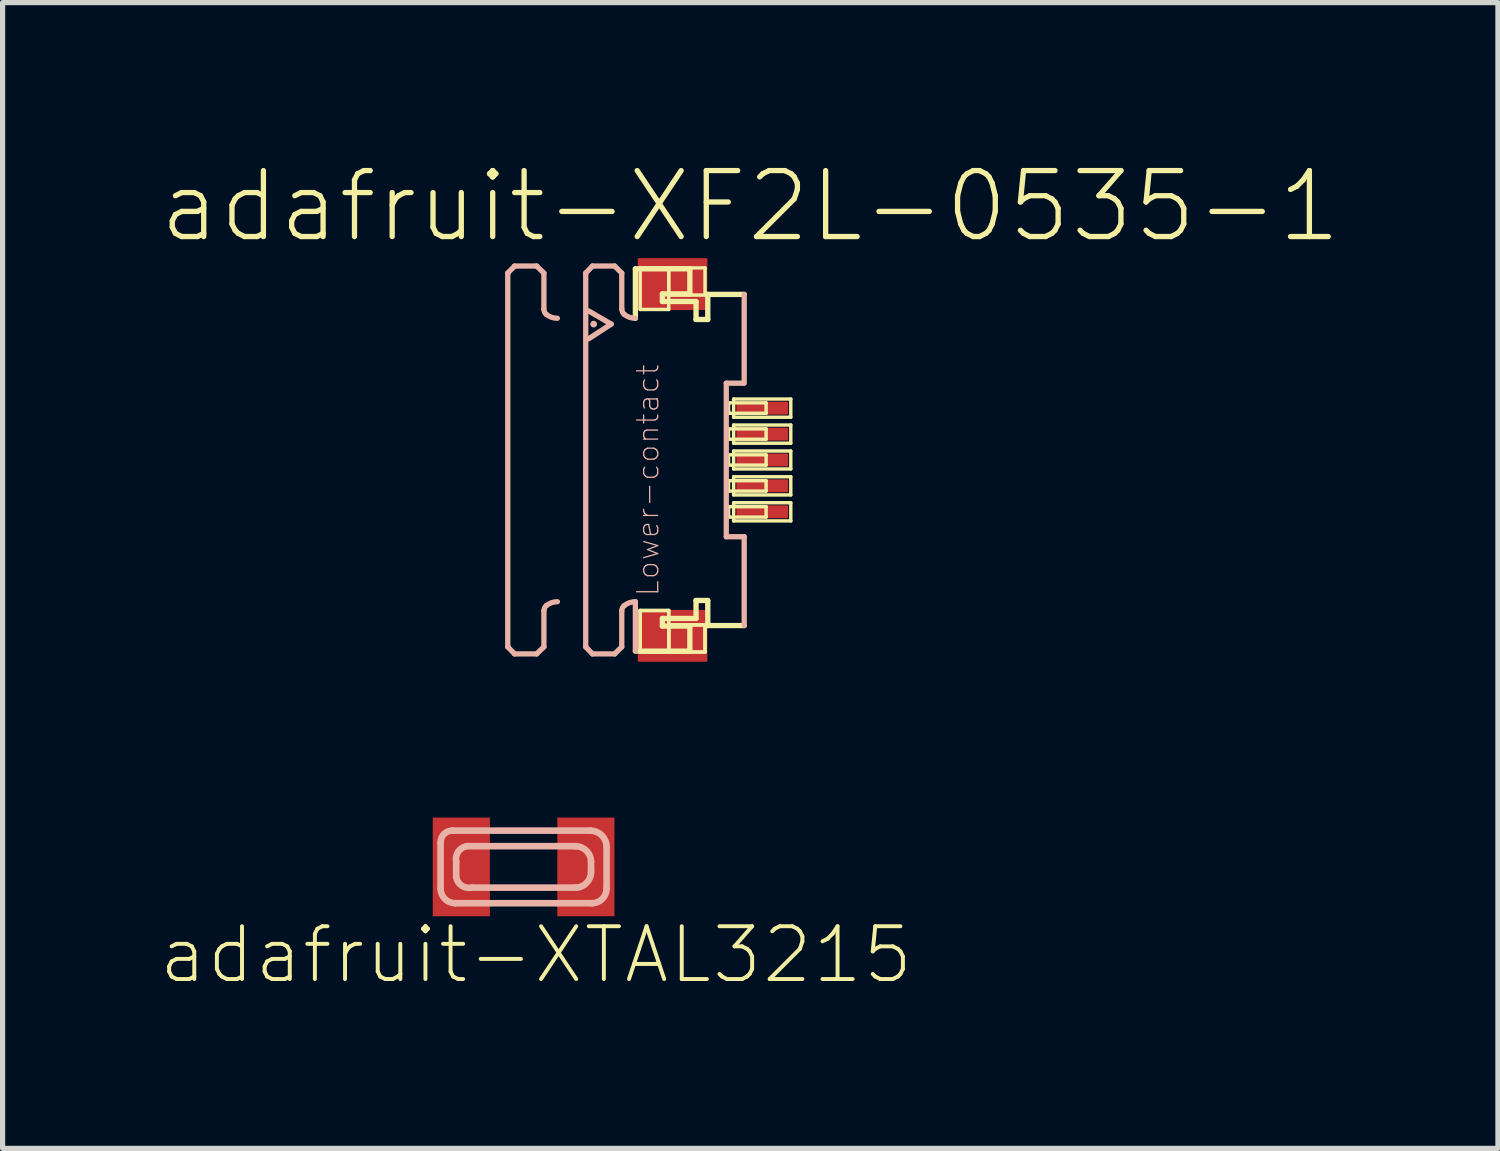
<source format=kicad_pcb>
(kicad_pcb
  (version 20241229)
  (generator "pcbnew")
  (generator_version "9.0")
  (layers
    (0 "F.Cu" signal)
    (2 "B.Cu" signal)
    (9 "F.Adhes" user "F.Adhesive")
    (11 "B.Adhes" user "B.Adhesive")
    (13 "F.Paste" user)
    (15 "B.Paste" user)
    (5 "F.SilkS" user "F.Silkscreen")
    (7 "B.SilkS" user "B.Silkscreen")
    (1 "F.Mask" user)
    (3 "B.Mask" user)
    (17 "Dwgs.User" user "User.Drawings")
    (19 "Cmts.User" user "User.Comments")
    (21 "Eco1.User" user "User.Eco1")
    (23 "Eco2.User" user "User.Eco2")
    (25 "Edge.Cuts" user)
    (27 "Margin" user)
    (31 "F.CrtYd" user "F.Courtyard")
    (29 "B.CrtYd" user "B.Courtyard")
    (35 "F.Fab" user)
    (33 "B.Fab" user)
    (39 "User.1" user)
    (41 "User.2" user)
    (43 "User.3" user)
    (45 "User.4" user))
  (footprint "adafruit-XF2L-0535-1"
    (layer "F.Cu")
    (at 9.721 5.806)
    (property "Reference" "adafruit-XF2L-0535-1" (at 1.674 -4.884 0) (layer "F.SilkS") (effects (font (size 1.27 1.27) (thickness 0.102))))
    (attr smd)
    (fp_line (start -0.538 -3.68) (end 0.511 -3.68) (stroke (width 0.102) (type solid)) (layer "F.SilkS"))
    (fp_line (start -0.538 -2.728) (end -0.538 -3.68) (stroke (width 0.102) (type solid)) (layer "F.SilkS"))
    (fp_line (start -0.538 3.68) (end 0.511 3.68) (stroke (width 0.102) (type solid)) (layer "F.SilkS"))
    (fp_line (start -0.445 -3.698) (end 0.104 -3.698) (stroke (width 0.066) (type solid)) (layer "F.SilkS"))
    (fp_line (start -0.445 -2.898) (end -0.445 -3.698) (stroke (width 0.066) (type solid)) (layer "F.SilkS"))
    (fp_line (start -0.445 -2.898) (end 0.104 -2.898) (stroke (width 0.066) (type solid)) (layer "F.SilkS"))
    (fp_line (start -0.445 2.898) (end 0.104 2.898) (stroke (width 0.066) (type solid)) (layer "F.SilkS"))
    (fp_line (start -0.445 2.898) (end 0.104 2.898) (stroke (width 0.066) (type solid)) (layer "F.SilkS"))
    (fp_line (start -0.445 3.698) (end -0.445 2.898) (stroke (width 0.066) (type solid)) (layer "F.SilkS"))
    (fp_line (start -0.445 3.698) (end -0.445 2.898) (stroke (width 0.066) (type solid)) (layer "F.SilkS"))
    (fp_line (start -0.445 3.698) (end 0.104 3.698) (stroke (width 0.066) (type solid)) (layer "F.SilkS"))
    (fp_line (start -0.445 3.698) (end 0.104 3.698) (stroke (width 0.066) (type solid)) (layer "F.SilkS"))
    (fp_line (start -0.018 -3.198) (end -0.018 -3.051) (stroke (width 0.102) (type solid)) (layer "F.SilkS"))
    (fp_line (start -0.018 -3.051) (end 0.63 -3.051) (stroke (width 0.102) (type solid)) (layer "F.SilkS"))
    (fp_line (start -0.018 3.051) (end 0.63 3.051) (stroke (width 0.102) (type solid)) (layer "F.SilkS"))
    (fp_line (start -0.018 3.198) (end -0.018 3.051) (stroke (width 0.102) (type solid)) (layer "F.SilkS"))
    (fp_line (start 0.104 -3.698) (end 0.803 -3.698) (stroke (width 0.066) (type solid)) (layer "F.SilkS"))
    (fp_line (start 0.104 -3.175) (end 0.104 -3.698) (stroke (width 0.066) (type solid)) (layer "F.SilkS"))
    (fp_line (start 0.104 -3.175) (end 0.803 -3.175) (stroke (width 0.066) (type solid)) (layer "F.SilkS"))
    (fp_line (start 0.104 -2.898) (end 0.104 -3.698) (stroke (width 0.066) (type solid)) (layer "F.SilkS"))
    (fp_line (start 0.104 3.175) (end 0.803 3.175) (stroke (width 0.066) (type solid)) (layer "F.SilkS"))
    (fp_line (start 0.104 3.175) (end 0.803 3.175) (stroke (width 0.066) (type solid)) (layer "F.SilkS"))
    (fp_line (start 0.104 3.698) (end 0.104 2.898) (stroke (width 0.066) (type solid)) (layer "F.SilkS"))
    (fp_line (start 0.104 3.698) (end 0.104 2.898) (stroke (width 0.066) (type solid)) (layer "F.SilkS"))
    (fp_line (start 0.104 3.698) (end 0.104 3.175) (stroke (width 0.066) (type solid)) (layer "F.SilkS"))
    (fp_line (start 0.104 3.698) (end 0.104 3.175) (stroke (width 0.066) (type solid)) (layer "F.SilkS"))
    (fp_line (start 0.104 3.698) (end 0.803 3.698) (stroke (width 0.066) (type solid)) (layer "F.SilkS"))
    (fp_line (start 0.104 3.698) (end 0.803 3.698) (stroke (width 0.066) (type solid)) (layer "F.SilkS"))
    (fp_line (start 0.511 -3.68) (end 0.511 -3.198) (stroke (width 0.102) (type solid)) (layer "F.SilkS"))
    (fp_line (start 0.511 -3.198) (end -0.018 -3.198) (stroke (width 0.102) (type solid)) (layer "F.SilkS"))
    (fp_line (start 0.511 3.198) (end -0.018 3.198) (stroke (width 0.102) (type solid)) (layer "F.SilkS"))
    (fp_line (start 0.511 3.68) (end 0.511 3.198) (stroke (width 0.102) (type solid)) (layer "F.SilkS"))
    (fp_line (start 0.63 -3.051) (end 0.63 -2.705) (stroke (width 0.102) (type solid)) (layer "F.SilkS"))
    (fp_line (start 0.63 -2.705) (end 0.856 -2.705) (stroke (width 0.102) (type solid)) (layer "F.SilkS"))
    (fp_line (start 0.63 2.705) (end 0.856 2.705) (stroke (width 0.102) (type solid)) (layer "F.SilkS"))
    (fp_line (start 0.63 3.051) (end 0.63 2.705) (stroke (width 0.102) (type solid)) (layer "F.SilkS"))
    (fp_line (start 0.803 -3.175) (end 0.803 -3.698) (stroke (width 0.066) (type solid)) (layer "F.SilkS"))
    (fp_line (start 0.803 3.698) (end 0.803 3.175) (stroke (width 0.066) (type solid)) (layer "F.SilkS"))
    (fp_line (start 0.803 3.698) (end 0.803 3.175) (stroke (width 0.066) (type solid)) (layer "F.SilkS"))
    (fp_line (start 0.856 -3.188) (end 1.557 -3.188) (stroke (width 0.102) (type solid)) (layer "F.SilkS"))
    (fp_line (start 0.856 -2.705) (end 0.856 -3.188) (stroke (width 0.102) (type solid)) (layer "F.SilkS"))
    (fp_line (start 0.856 2.705) (end 0.856 3.188) (stroke (width 0.102) (type solid)) (layer "F.SilkS"))
    (fp_line (start 0.856 3.188) (end 1.557 3.188) (stroke (width 0.102) (type solid)) (layer "F.SilkS"))
    (fp_line (start 1.255 -1.1) (end 1.979 -1.1) (stroke (width 0.066) (type solid)) (layer "F.SilkS"))
    (fp_line (start 1.255 -0.899) (end 1.255 -1.1) (stroke (width 0.066) (type solid)) (layer "F.SilkS"))
    (fp_line (start 1.255 -0.899) (end 1.979 -0.899) (stroke (width 0.066) (type solid)) (layer "F.SilkS"))
    (fp_line (start 1.255 -0.599) (end 1.979 -0.599) (stroke (width 0.066) (type solid)) (layer "F.SilkS"))
    (fp_line (start 1.255 -0.399) (end 1.255 -0.599) (stroke (width 0.066) (type solid)) (layer "F.SilkS"))
    (fp_line (start 1.255 -0.399) (end 1.979 -0.399) (stroke (width 0.066) (type solid)) (layer "F.SilkS"))
    (fp_line (start 1.255 -0.099) (end 1.979 -0.099) (stroke (width 0.066) (type solid)) (layer "F.SilkS"))
    (fp_line (start 1.255 0.099) (end 1.255 -0.099) (stroke (width 0.066) (type solid)) (layer "F.SilkS"))
    (fp_line (start 1.255 0.099) (end 1.979 0.099) (stroke (width 0.066) (type solid)) (layer "F.SilkS"))
    (fp_line (start 1.255 0.399) (end 1.979 0.399) (stroke (width 0.066) (type solid)) (layer "F.SilkS"))
    (fp_line (start 1.255 0.599) (end 1.255 0.399) (stroke (width 0.066) (type solid)) (layer "F.SilkS"))
    (fp_line (start 1.255 0.599) (end 1.979 0.599) (stroke (width 0.066) (type solid)) (layer "F.SilkS"))
    (fp_line (start 1.255 0.899) (end 1.979 0.899) (stroke (width 0.066) (type solid)) (layer "F.SilkS"))
    (fp_line (start 1.255 1.1) (end 1.255 0.899) (stroke (width 0.066) (type solid)) (layer "F.SilkS"))
    (fp_line (start 1.255 1.1) (end 1.979 1.1) (stroke (width 0.066) (type solid)) (layer "F.SilkS"))
    (fp_line (start 1.354 -1.173) (end 2.454 -1.173) (stroke (width 0.066) (type solid)) (layer "F.SilkS"))
    (fp_line (start 1.354 -0.823) (end 1.354 -1.173) (stroke (width 0.066) (type solid)) (layer "F.SilkS"))
    (fp_line (start 1.354 -0.823) (end 2.454 -0.823) (stroke (width 0.066) (type solid)) (layer "F.SilkS"))
    (fp_line (start 1.354 -0.673) (end 2.454 -0.673) (stroke (width 0.066) (type solid)) (layer "F.SilkS"))
    (fp_line (start 1.354 -0.323) (end 1.354 -0.673) (stroke (width 0.066) (type solid)) (layer "F.SilkS"))
    (fp_line (start 1.354 -0.323) (end 2.454 -0.323) (stroke (width 0.066) (type solid)) (layer "F.SilkS"))
    (fp_line (start 1.354 -0.173) (end 2.454 -0.173) (stroke (width 0.066) (type solid)) (layer "F.SilkS"))
    (fp_line (start 1.354 0.173) (end 1.354 -0.173) (stroke (width 0.066) (type solid)) (layer "F.SilkS"))
    (fp_line (start 1.354 0.173) (end 2.454 0.173) (stroke (width 0.066) (type solid)) (layer "F.SilkS"))
    (fp_line (start 1.354 0.323) (end 2.454 0.323) (stroke (width 0.066) (type solid)) (layer "F.SilkS"))
    (fp_line (start 1.354 0.673) (end 1.354 0.323) (stroke (width 0.066) (type solid)) (layer "F.SilkS"))
    (fp_line (start 1.354 0.673) (end 2.454 0.673) (stroke (width 0.066) (type solid)) (layer "F.SilkS"))
    (fp_line (start 1.354 0.823) (end 2.454 0.823) (stroke (width 0.066) (type solid)) (layer "F.SilkS"))
    (fp_line (start 1.354 1.173) (end 1.354 0.823) (stroke (width 0.066) (type solid)) (layer "F.SilkS"))
    (fp_line (start 1.354 1.173) (end 2.454 1.173) (stroke (width 0.066) (type solid)) (layer "F.SilkS"))
    (fp_line (start 1.979 -0.899) (end 1.979 -1.1) (stroke (width 0.066) (type solid)) (layer "F.SilkS"))
    (fp_line (start 1.979 -0.399) (end 1.979 -0.599) (stroke (width 0.066) (type solid)) (layer "F.SilkS"))
    (fp_line (start 1.979 0.099) (end 1.979 -0.099) (stroke (width 0.066) (type solid)) (layer "F.SilkS"))
    (fp_line (start 1.979 0.599) (end 1.979 0.399) (stroke (width 0.066) (type solid)) (layer "F.SilkS"))
    (fp_line (start 1.979 1.1) (end 1.979 0.899) (stroke (width 0.066) (type solid)) (layer "F.SilkS"))
    (fp_line (start 2.454 -0.823) (end 2.454 -1.173) (stroke (width 0.066) (type solid)) (layer "F.SilkS"))
    (fp_line (start 2.454 -0.323) (end 2.454 -0.673) (stroke (width 0.066) (type solid)) (layer "F.SilkS"))
    (fp_line (start 2.454 0.173) (end 2.454 -0.173) (stroke (width 0.066) (type solid)) (layer "F.SilkS"))
    (fp_line (start 2.454 0.673) (end 2.454 0.323) (stroke (width 0.066) (type solid)) (layer "F.SilkS"))
    (fp_line (start 2.454 1.173) (end 2.454 0.823) (stroke (width 0.066) (type solid)) (layer "F.SilkS"))
    (fp_line (start -2.995 -3.599) (end -2.863 -3.734) (stroke (width 0.102) (type solid)) (layer "B.SilkS"))
    (fp_line (start -2.995 3.599) (end -2.995 -3.599) (stroke (width 0.102) (type solid)) (layer "B.SilkS"))
    (fp_line (start -2.995 3.599) (end -2.863 3.734) (stroke (width 0.102) (type solid)) (layer "B.SilkS"))
    (fp_line (start -2.863 -3.734) (end -2.438 -3.734) (stroke (width 0.102) (type solid)) (layer "B.SilkS"))
    (fp_line (start -2.863 3.734) (end -2.438 3.734) (stroke (width 0.102) (type solid)) (layer "B.SilkS"))
    (fp_line (start -2.438 -3.734) (end -2.299 -3.597) (stroke (width 0.102) (type solid)) (layer "B.SilkS"))
    (fp_line (start -2.438 3.734) (end -2.299 3.597) (stroke (width 0.102) (type solid)) (layer "B.SilkS"))
    (fp_line (start -2.299 -3.597) (end -2.299 -2.903) (stroke (width 0.102) (type solid)) (layer "B.SilkS"))
    (fp_line (start -2.299 3.597) (end -2.299 2.903) (stroke (width 0.102) (type solid)) (layer "B.SilkS"))
    (fp_line (start -1.494 -3.599) (end -1.364 -3.734) (stroke (width 0.102) (type solid)) (layer "B.SilkS"))
    (fp_line (start -1.494 3.599) (end -1.494 -3.599) (stroke (width 0.102) (type solid)) (layer "B.SilkS"))
    (fp_line (start -1.494 3.599) (end -1.364 3.734) (stroke (width 0.102) (type solid)) (layer "B.SilkS"))
    (fp_line (start -1.44 -2.87) (end -1.003 -2.616) (stroke (width 0.102) (type solid)) (layer "B.SilkS"))
    (fp_line (start -1.364 -3.734) (end -0.937 -3.734) (stroke (width 0.102) (type solid)) (layer "B.SilkS"))
    (fp_line (start -1.364 3.734) (end -0.937 3.734) (stroke (width 0.102) (type solid)) (layer "B.SilkS"))
    (fp_line (start -1.003 -2.616) (end -1.44 -2.332) (stroke (width 0.102) (type solid)) (layer "B.SilkS"))
    (fp_line (start -0.937 -3.734) (end -0.8 -3.597) (stroke (width 0.102) (type solid)) (layer "B.SilkS"))
    (fp_line (start -0.937 3.734) (end -0.8 3.597) (stroke (width 0.102) (type solid)) (layer "B.SilkS"))
    (fp_line (start -0.8 -3.597) (end -0.8 -2.903) (stroke (width 0.102) (type solid)) (layer "B.SilkS"))
    (fp_line (start -0.8 3.597) (end -0.8 2.903) (stroke (width 0.102) (type solid)) (layer "B.SilkS"))
    (fp_line (start -0.538 2.728) (end -0.538 3.68) (stroke (width 0.102) (type solid)) (layer "B.SilkS"))
    (fp_line (start 1.212 1.478) (end 1.212 -1.478) (stroke (width 0.102) (type solid)) (layer "B.SilkS"))
    (fp_line (start 1.537 -1.478) (end 1.212 -1.478) (stroke (width 0.102) (type solid)) (layer "B.SilkS"))
    (fp_line (start 1.557 -3.188) (end 1.557 -1.478) (stroke (width 0.102) (type solid)) (layer "B.SilkS"))
    (fp_line (start 1.557 1.478) (end 1.212 1.478) (stroke (width 0.102) (type solid)) (layer "B.SilkS"))
    (fp_line (start 1.557 3.188) (end 1.557 1.478) (stroke (width 0.102) (type solid)) (layer "B.SilkS"))
    (fp_arc (start -2.2987 2.90322) (mid -2.286376 2.848645) (end -2.251796 2.804662) (stroke (width 0.1016) (type solid)) (layer "B.SilkS"))
    (fp_arc (start -2.25298 -2.80416) (mid -2.287661 -2.8487) (end -2.299836 -2.903822) (stroke (width 0.1016) (type solid)) (layer "B.SilkS"))
    (fp_arc (start -2.25298 2.80416) (mid -2.152564 2.748091) (end -2.039191 2.728757) (stroke (width 0.1016) (type solid)) (layer "B.SilkS"))
    (fp_arc (start -2.03962 -2.72796) (mid -2.153234 -2.747483) (end -2.253815 -2.803811) (stroke (width 0.1016) (type solid)) (layer "B.SilkS"))
    (fp_arc (start -0.8001 2.90322) (mid -0.78753 2.847554) (end -0.752258 2.802691) (stroke (width 0.1016) (type solid)) (layer "B.SilkS"))
    (fp_arc (start -0.75184 -2.80416) (mid -0.786521 -2.8487) (end -0.798696 -2.903822) (stroke (width 0.1016) (type solid)) (layer "B.SilkS"))
    (fp_arc (start -0.75184 2.80416) (mid -0.651424 2.748091) (end -0.538051 2.728757) (stroke (width 0.1016) (type solid)) (layer "B.SilkS"))
    (fp_arc (start -0.53848 -2.72796) (mid -0.652094 -2.747483) (end -0.752675 -2.803811) (stroke (width 0.1016) (type solid)) (layer "B.SilkS"))
    (fp_circle (center -1.341 -2.616) (end -1.387 -2.662) (stroke (width 0) (type solid)) (fill yes) (layer "B.SilkS"))
    (fp_text user "Lower-contact" (at -0.295 0.391 270) (layer "B.SilkS") (effects (font (size 0.406 0.406) (thickness 0.025))))
    (pad "1" smd rect (at 1.905 -0.998) (size 0.998 0.249) (layers "F.Cu" "F.Mask" "F.Paste"))
    (pad "2" smd rect (at 1.905 -0.498) (size 0.998 0.249) (layers "F.Cu" "F.Mask" "F.Paste"))
    (pad "3" smd rect (at 1.905 0) (size 0.998 0.249) (layers "F.Cu" "F.Mask" "F.Paste"))
    (pad "4" smd rect (at 1.905 0.498) (size 0.998 0.249) (layers "F.Cu" "F.Mask" "F.Paste"))
    (pad "5" smd rect (at 1.905 0.998) (size 0.998 0.249) (layers "F.Cu" "F.Mask" "F.Paste"))
    (pad "M1" smd rect (at 0.178 -3.386) (size 1.339 0.998) (layers "F.Cu" "F.Mask" "F.Paste"))
    (pad "M2" smd rect (at 0.178 3.386) (size 1.339 0.998) (layers "F.Cu" "F.Mask" "F.Paste")))
  (footprint "adafruit-XTAL3215"
    (layer "F.Cu")
    (at 7.031 13.641)
    (property "Reference" "adafruit-XTAL3215" (at 0.239 1.692 0) (layer "F.SilkS") (effects (font (size 1.016 1.016) (thickness 0.076))))
    (attr smd)
    (fp_line (start -1.598 0.417) (end -1.598 -0.475) (stroke (width 0.127) (type solid)) (layer "B.SilkS"))
    (fp_line (start -1.374 -0.699) (end 1.283 -0.699) (stroke (width 0.127) (type solid)) (layer "B.SilkS"))
    (fp_line (start -1.298 0.198) (end -1.298 -0.099) (stroke (width 0.127) (type solid)) (layer "B.SilkS"))
    (fp_line (start -1.1 -0.399) (end 0.998 -0.399) (stroke (width 0.127) (type solid)) (layer "B.SilkS"))
    (fp_line (start 0.998 0.399) (end -0.998 0.399) (stroke (width 0.127) (type solid)) (layer "B.SilkS"))
    (fp_line (start 1.298 -0.099) (end 1.298 0.099) (stroke (width 0.127) (type solid)) (layer "B.SilkS"))
    (fp_line (start 1.316 0.699) (end -1.316 0.699) (stroke (width 0.127) (type solid)) (layer "B.SilkS"))
    (fp_line (start 1.598 -0.384) (end 1.598 0.417) (stroke (width 0.127) (type solid)) (layer "B.SilkS"))
    (fp_arc (start -1.59766 -0.47498) (mid -1.532193 -0.633033) (end -1.37414 -0.6985) (stroke (width 0.127) (type solid)) (layer "B.SilkS"))
    (fp_arc (start -1.31572 0.6985) (mid -1.515082 0.615922) (end -1.59766 0.41656) (stroke (width 0.127) (type solid)) (layer "B.SilkS"))
    (fp_arc (start -1.29794 -0.09906) (mid -1.260954 -0.289952) (end -1.09982 -0.39878) (stroke (width 0.127) (type solid)) (layer "B.SilkS"))
    (fp_arc (start -0.99822 0.39878) (mid -1.189112 0.361794) (end -1.29794 0.20066) (stroke (width 0.127) (type solid)) (layer "B.SilkS"))
    (fp_arc (start 0.99822 -0.39878) (mid 1.209969 -0.311179) (end 1.29794 -0.099583) (stroke (width 0.127) (type solid)) (layer "B.SilkS"))
    (fp_arc (start 1.2827 -0.6985) (mid 1.50541 -0.60625) (end 1.59766 -0.38354) (stroke (width 0.127) (type solid)) (layer "B.SilkS"))
    (fp_arc (start 1.29794 0.09906) (mid 1.210154 0.310994) (end 0.99822 0.39878) (stroke (width 0.127) (type solid)) (layer "B.SilkS"))
    (fp_arc (start 1.59766 0.41656) (mid 1.515082 0.615922) (end 1.31572 0.6985) (stroke (width 0.127) (type solid)) (layer "B.SilkS"))
    (pad "P$1" smd rect (at 1.199 0) (size 1.1 1.9) (layers "F.Cu" "F.Mask" "F.Paste"))
    (pad "P$2" smd rect (at -1.199 0 180) (size 1.1 1.9) (layers "F.Cu" "F.Mask" "F.Paste")))
  (gr_rect
    (start -3 -3)
    (end 25.79 19.06)
    (stroke (width 0.1) (type default))
    (fill no)
    (layer "Edge.Cuts")))
</source>
